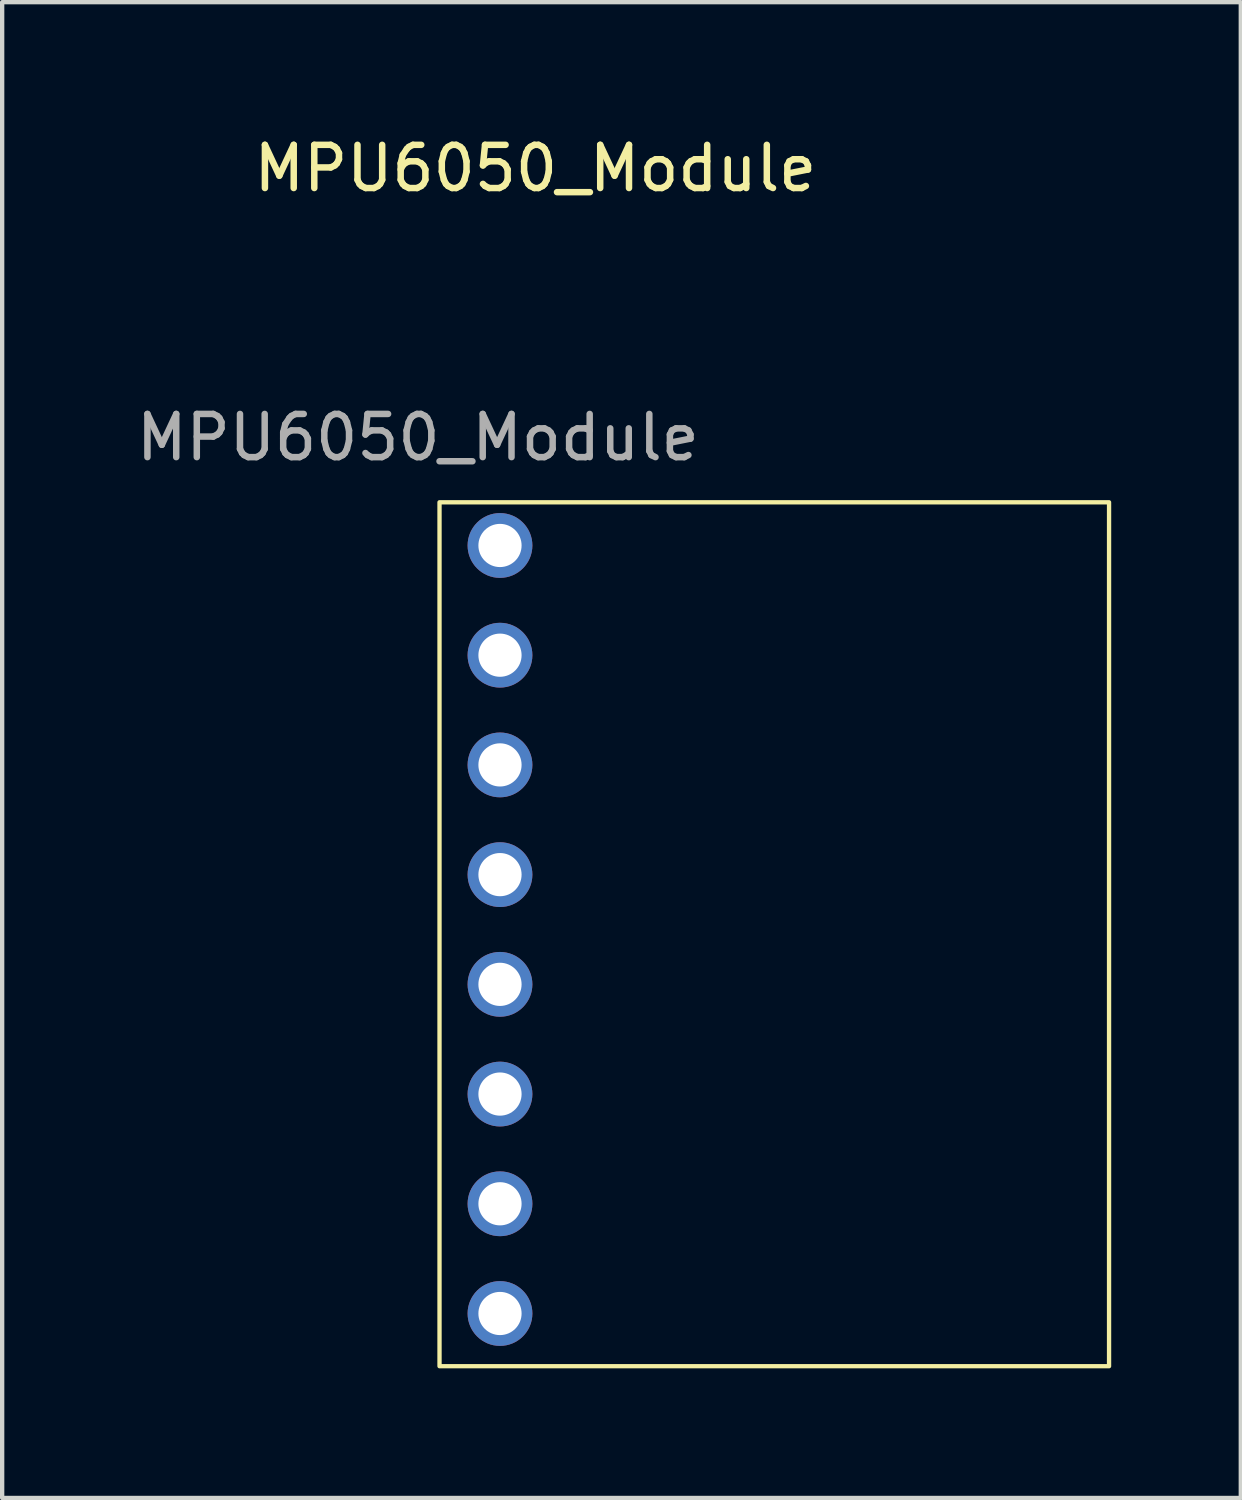
<source format=kicad_pcb>
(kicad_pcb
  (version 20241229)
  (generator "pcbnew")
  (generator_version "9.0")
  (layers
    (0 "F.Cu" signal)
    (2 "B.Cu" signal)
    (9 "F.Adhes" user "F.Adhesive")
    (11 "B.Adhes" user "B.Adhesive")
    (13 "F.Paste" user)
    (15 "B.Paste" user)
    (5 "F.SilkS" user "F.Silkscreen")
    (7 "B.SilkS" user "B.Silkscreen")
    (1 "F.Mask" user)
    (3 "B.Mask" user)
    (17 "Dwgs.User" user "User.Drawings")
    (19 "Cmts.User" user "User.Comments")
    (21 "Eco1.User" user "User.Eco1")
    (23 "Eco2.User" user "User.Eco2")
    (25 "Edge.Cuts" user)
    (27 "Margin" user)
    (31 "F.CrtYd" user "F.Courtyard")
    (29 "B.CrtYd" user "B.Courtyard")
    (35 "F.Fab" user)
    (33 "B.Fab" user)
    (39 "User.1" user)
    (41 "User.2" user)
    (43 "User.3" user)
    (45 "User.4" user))
  (footprint "MPU6050_Module"
    (layer "F.Cu")
    (at 7.125 8.578)
    (property "Reference" "MPU6050_Module" (at 2.22 -7.73 0) (layer "F.SilkS") (effects (font (size 1 1) (thickness 0.15))))
    (attr through_hole)
    (fp_rect (start 0 0) (end 15.5 20) (stroke (width 0.1) (type default)) (fill no) (layer "F.SilkS"))
    (fp_text user "${REFERENCE}" (at -0.5 -1.5 0) (layer "F.Fab") (effects (font (size 1 1) (thickness 0.15))))
    (pad "1" thru_hole circle (at 1.4 1) (size 1.5 1.5) (drill 1) (layers "*.Cu" "*.Mask"))
    (pad "2" thru_hole circle (at 1.4 3.54) (size 1.5 1.5) (drill 1) (layers "*.Cu" "*.Mask"))
    (pad "3" thru_hole circle (at 1.4 6.08) (size 1.5 1.5) (drill 1) (layers "*.Cu" "*.Mask"))
    (pad "4" thru_hole circle (at 1.4 8.62) (size 1.5 1.5) (drill 1) (layers "*.Cu" "*.Mask"))
    (pad "5" thru_hole circle (at 1.4 11.16) (size 1.5 1.5) (drill 1) (layers "*.Cu" "*.Mask"))
    (pad "6" thru_hole circle (at 1.4 13.7) (size 1.5 1.5) (drill 1) (layers "*.Cu" "*.Mask"))
    (pad "7" thru_hole circle (at 1.4 16.24) (size 1.5 1.5) (drill 1) (layers "*.Cu" "*.Mask"))
    (pad "8" thru_hole circle (at 1.4 18.78) (size 1.5 1.5) (drill 1) (layers "*.Cu" "*.Mask")))
  (gr_rect
    (start -3 -3)
    (end 25.675 31.628)
    (stroke (width 0.1) (type default))
    (fill no)
    (layer "Edge.Cuts")))
</source>
